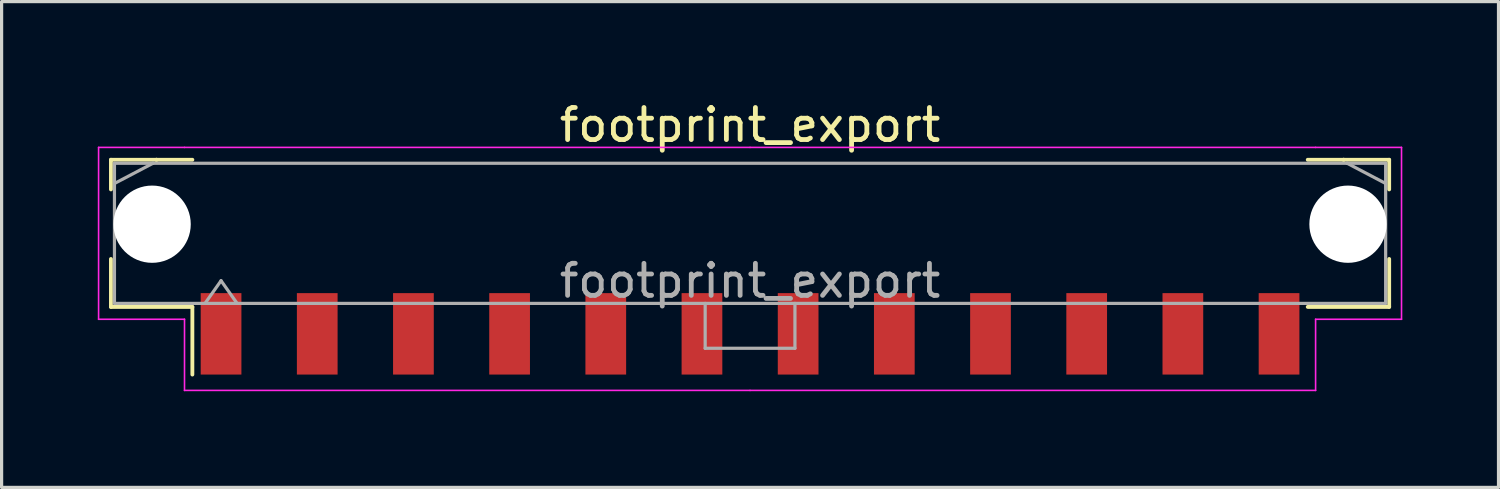
<source format=kicad_pcb>
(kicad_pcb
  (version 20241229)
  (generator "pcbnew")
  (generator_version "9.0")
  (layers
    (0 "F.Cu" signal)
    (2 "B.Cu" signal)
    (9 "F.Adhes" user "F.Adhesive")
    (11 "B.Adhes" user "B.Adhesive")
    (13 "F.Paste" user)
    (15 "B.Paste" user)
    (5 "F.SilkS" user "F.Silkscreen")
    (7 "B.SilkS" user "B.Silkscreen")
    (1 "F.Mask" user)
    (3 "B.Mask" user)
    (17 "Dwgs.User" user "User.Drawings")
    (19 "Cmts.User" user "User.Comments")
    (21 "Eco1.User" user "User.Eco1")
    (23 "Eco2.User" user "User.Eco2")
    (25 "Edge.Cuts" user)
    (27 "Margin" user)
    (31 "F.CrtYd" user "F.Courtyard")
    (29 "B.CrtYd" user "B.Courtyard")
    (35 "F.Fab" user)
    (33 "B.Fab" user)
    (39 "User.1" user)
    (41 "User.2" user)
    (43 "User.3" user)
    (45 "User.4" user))
  (footprint "footprint_export"
    (layer "F.Cu")
    (at 20.345 4.228)
    (property "Reference" "footprint_export" (at 0 -3.38 0) (layer "F.SilkS") (effects (font (size 1 1) (thickness 0.15))))
    (attr smd)
    (fp_line (start -19.935 -2.295) (end -18.515 -2.295) (stroke (width 0.12) (type solid)) (layer "F.SilkS"))
    (fp_line (start -19.935 -1.37) (end -19.935 -2.295) (stroke (width 0.12) (type solid)) (layer "F.SilkS"))
    (fp_line (start -19.935 0.8) (end -19.935 2.295) (stroke (width 0.12) (type solid)) (layer "F.SilkS"))
    (fp_line (start -19.935 2.295) (end -17.395 2.295) (stroke (width 0.12) (type solid)) (layer "F.SilkS"))
    (fp_line (start -18.515 -2.295) (end -18.515 -2.295) (stroke (width 0.12) (type solid)) (layer "F.SilkS"))
    (fp_line (start -18.515 -2.295) (end -17.395 -2.295) (stroke (width 0.12) (type solid)) (layer "F.SilkS"))
    (fp_line (start -17.395 2.295) (end -17.395 4.405) (stroke (width 0.12) (type solid)) (layer "F.SilkS"))
    (fp_line (start 18.515 -2.295) (end 17.395 -2.295) (stroke (width 0.12) (type solid)) (layer "F.SilkS"))
    (fp_line (start 18.515 -2.295) (end 18.515 -2.295) (stroke (width 0.12) (type solid)) (layer "F.SilkS"))
    (fp_line (start 19.935 -2.295) (end 18.515 -2.295) (stroke (width 0.12) (type solid)) (layer "F.SilkS"))
    (fp_line (start 19.935 -1.37) (end 19.935 -2.295) (stroke (width 0.12) (type solid)) (layer "F.SilkS"))
    (fp_line (start 19.935 0.8) (end 19.935 2.295) (stroke (width 0.12) (type solid)) (layer "F.SilkS"))
    (fp_line (start 19.935 2.295) (end 17.395 2.295) (stroke (width 0.12) (type solid)) (layer "F.SilkS"))
    (fp_line (start -20.32 -2.68) (end -20.32 2.68) (stroke (width 0.05) (type solid)) (layer "F.CrtYd"))
    (fp_line (start -20.32 2.68) (end -17.64 2.68) (stroke (width 0.05) (type solid)) (layer "F.CrtYd"))
    (fp_line (start -17.64 -2.68) (end -20.32 -2.68) (stroke (width 0.05) (type solid)) (layer "F.CrtYd"))
    (fp_line (start -17.64 2.68) (end -17.64 4.9) (stroke (width 0.05) (type solid)) (layer "F.CrtYd"))
    (fp_line (start -17.64 4.9) (end 0 4.9) (stroke (width 0.05) (type solid)) (layer "F.CrtYd"))
    (fp_line (start 0 -2.68) (end -17.64 -2.68) (stroke (width 0.05) (type solid)) (layer "F.CrtYd"))
    (fp_line (start 0 -2.68) (end 17.64 -2.68) (stroke (width 0.05) (type solid)) (layer "F.CrtYd"))
    (fp_line (start 17.64 -2.68) (end 20.32 -2.68) (stroke (width 0.05) (type solid)) (layer "F.CrtYd"))
    (fp_line (start 17.64 2.68) (end 17.64 4.9) (stroke (width 0.05) (type solid)) (layer "F.CrtYd"))
    (fp_line (start 17.64 4.9) (end 0 4.9) (stroke (width 0.05) (type solid)) (layer "F.CrtYd"))
    (fp_line (start 20.32 -2.68) (end 20.32 2.68) (stroke (width 0.05) (type solid)) (layer "F.CrtYd"))
    (fp_line (start 20.32 2.68) (end 17.64 2.68) (stroke (width 0.05) (type solid)) (layer "F.CrtYd"))
    (fp_line (start -19.825 -2.185) (end -19.825 2.185) (stroke (width 0.1) (type solid)) (layer "F.Fab"))
    (fp_line (start -19.825 -1.555) (end -18.625 -2.185) (stroke (width 0.1) (type solid)) (layer "F.Fab"))
    (fp_line (start -19.825 2.185) (end 19.825 2.185) (stroke (width 0.1) (type solid)) (layer "F.Fab"))
    (fp_line (start -18.625 -2.185) (end -19.825 -2.185) (stroke (width 0.1) (type solid)) (layer "F.Fab"))
    (fp_line (start -18.625 -2.185) (end -18.625 -2.185) (stroke (width 0.1) (type solid)) (layer "F.Fab"))
    (fp_line (start -17 2.185) (end -16.5 1.478) (stroke (width 0.1) (type solid)) (layer "F.Fab"))
    (fp_line (start -16.5 1.478) (end -16 2.185) (stroke (width 0.1) (type solid)) (layer "F.Fab"))
    (fp_line (start -1.4 2.185) (end -1.4 3.585) (stroke (width 0.1) (type solid)) (layer "F.Fab"))
    (fp_line (start -1.4 3.585) (end 1.4 3.585) (stroke (width 0.1) (type solid)) (layer "F.Fab"))
    (fp_line (start 1.4 3.585) (end 1.4 2.185) (stroke (width 0.1) (type solid)) (layer "F.Fab"))
    (fp_line (start 18.625 -2.185) (end -18.625 -2.185) (stroke (width 0.1) (type solid)) (layer "F.Fab"))
    (fp_line (start 18.625 -2.185) (end 18.625 -2.185) (stroke (width 0.1) (type solid)) (layer "F.Fab"))
    (fp_line (start 19.825 -2.185) (end 18.625 -2.185) (stroke (width 0.1) (type solid)) (layer "F.Fab"))
    (fp_line (start 19.825 -1.555) (end 18.625 -2.185) (stroke (width 0.1) (type solid)) (layer "F.Fab"))
    (fp_line (start 19.825 2.185) (end 19.825 -2.185) (stroke (width 0.1) (type solid)) (layer "F.Fab"))
    (fp_text user "${REFERENCE}" (at 0 1.48 0) (layer "F.Fab") (effects (font (size 1 1) (thickness 0.15))))
    (pad "" np_thru_hole circle (at -18.65 -0.285) (size 2.41 2.41) (drill 2.41) (layers "*.Cu" "*.Mask"))
    (pad "" np_thru_hole circle (at 18.65 -0.285) (size 2.41 2.41) (drill 2.41) (layers "*.Cu" "*.Mask"))
    (pad "1" smd rect (at -16.5 3.135) (size 1.27 2.54) (layers "F.Cu" "F.Mask" "F.Paste"))
    (pad "2" smd rect (at -13.5 3.135) (size 1.27 2.54) (layers "F.Cu" "F.Mask" "F.Paste"))
    (pad "3" smd rect (at -10.5 3.135) (size 1.27 2.54) (layers "F.Cu" "F.Mask" "F.Paste"))
    (pad "4" smd rect (at -7.5 3.135) (size 1.27 2.54) (layers "F.Cu" "F.Mask" "F.Paste"))
    (pad "5" smd rect (at -4.5 3.135) (size 1.27 2.54) (layers "F.Cu" "F.Mask" "F.Paste"))
    (pad "6" smd rect (at -1.5 3.135) (size 1.27 2.54) (layers "F.Cu" "F.Mask" "F.Paste"))
    (pad "7" smd rect (at 1.5 3.135) (size 1.27 2.54) (layers "F.Cu" "F.Mask" "F.Paste"))
    (pad "8" smd rect (at 4.5 3.135) (size 1.27 2.54) (layers "F.Cu" "F.Mask" "F.Paste"))
    (pad "9" smd rect (at 7.5 3.135) (size 1.27 2.54) (layers "F.Cu" "F.Mask" "F.Paste"))
    (pad "10" smd rect (at 10.5 3.135) (size 1.27 2.54) (layers "F.Cu" "F.Mask" "F.Paste"))
    (pad "11" smd rect (at 13.5 3.135) (size 1.27 2.54) (layers "F.Cu" "F.Mask" "F.Paste"))
    (pad "12" smd rect (at 16.5 3.135) (size 1.27 2.54) (layers "F.Cu" "F.Mask" "F.Paste")))
  (gr_rect
    (start -3 -3)
    (end 43.69 12.153)
    (stroke (width 0.1) (type default))
    (fill no)
    (layer "Edge.Cuts")))
</source>
